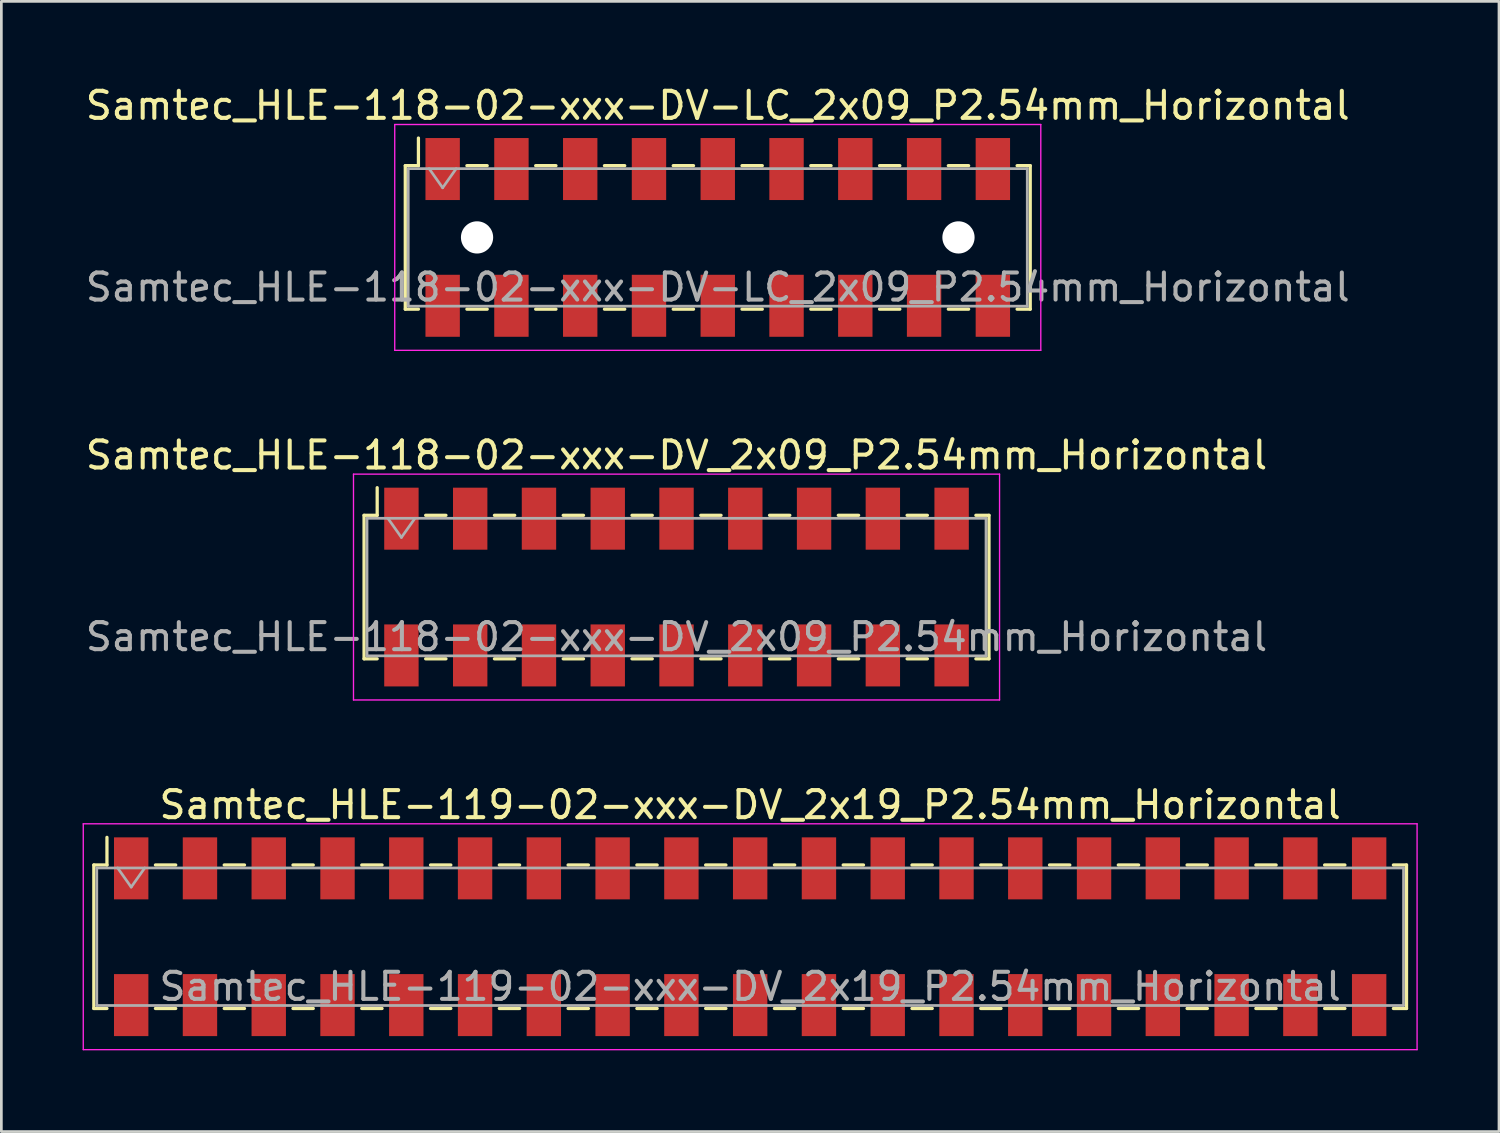
<source format=kicad_pcb>
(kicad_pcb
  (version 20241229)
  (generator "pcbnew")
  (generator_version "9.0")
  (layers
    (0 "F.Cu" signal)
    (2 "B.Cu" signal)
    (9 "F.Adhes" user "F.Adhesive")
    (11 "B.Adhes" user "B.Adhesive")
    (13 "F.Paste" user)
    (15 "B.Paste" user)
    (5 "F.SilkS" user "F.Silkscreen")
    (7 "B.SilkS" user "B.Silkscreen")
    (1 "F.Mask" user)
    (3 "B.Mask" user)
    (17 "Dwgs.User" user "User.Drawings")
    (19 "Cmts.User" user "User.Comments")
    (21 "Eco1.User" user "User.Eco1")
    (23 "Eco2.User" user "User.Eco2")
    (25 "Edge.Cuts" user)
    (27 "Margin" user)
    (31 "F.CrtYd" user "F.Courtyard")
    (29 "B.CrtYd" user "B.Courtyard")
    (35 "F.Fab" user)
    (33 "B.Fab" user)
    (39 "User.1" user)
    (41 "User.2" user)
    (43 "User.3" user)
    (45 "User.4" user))
  (footprint "Samtec_HLE-119-02-xxx-DV_2x19_P2.54mm_Horizontal"
    (layer "F.Cu")
    (at 24.655 31.545)
    (property "Reference" "Samtec_HLE-119-02-xxx-DV_2x19_P2.54mm_Horizontal" (at 0 -4.87 0) (layer "F.SilkS") (effects (font (size 1 1) (thickness 0.15))))
    (attr smd)
    (fp_line (start -24.24 -2.65) (end -24.24 2.65) (stroke (width 0.12) (type solid)) (layer "F.SilkS"))
    (fp_line (start -24.24 2.65) (end -23.755 2.65) (stroke (width 0.12) (type solid)) (layer "F.SilkS"))
    (fp_line (start -23.755 -3.67) (end -23.755 -2.65) (stroke (width 0.12) (type solid)) (layer "F.SilkS"))
    (fp_line (start -23.755 -2.65) (end -24.24 -2.65) (stroke (width 0.12) (type solid)) (layer "F.SilkS"))
    (fp_line (start -21.965 -2.65) (end -21.215 -2.65) (stroke (width 0.12) (type solid)) (layer "F.SilkS"))
    (fp_line (start -21.965 2.65) (end -21.215 2.65) (stroke (width 0.12) (type solid)) (layer "F.SilkS"))
    (fp_line (start -19.425 -2.65) (end -18.675 -2.65) (stroke (width 0.12) (type solid)) (layer "F.SilkS"))
    (fp_line (start -19.425 2.65) (end -18.675 2.65) (stroke (width 0.12) (type solid)) (layer "F.SilkS"))
    (fp_line (start -16.885 -2.65) (end -16.135 -2.65) (stroke (width 0.12) (type solid)) (layer "F.SilkS"))
    (fp_line (start -16.885 2.65) (end -16.135 2.65) (stroke (width 0.12) (type solid)) (layer "F.SilkS"))
    (fp_line (start -14.345 -2.65) (end -13.595 -2.65) (stroke (width 0.12) (type solid)) (layer "F.SilkS"))
    (fp_line (start -14.345 2.65) (end -13.595 2.65) (stroke (width 0.12) (type solid)) (layer "F.SilkS"))
    (fp_line (start -11.805 -2.65) (end -11.055 -2.65) (stroke (width 0.12) (type solid)) (layer "F.SilkS"))
    (fp_line (start -11.805 2.65) (end -11.055 2.65) (stroke (width 0.12) (type solid)) (layer "F.SilkS"))
    (fp_line (start -9.265 -2.65) (end -8.515 -2.65) (stroke (width 0.12) (type solid)) (layer "F.SilkS"))
    (fp_line (start -9.265 2.65) (end -8.515 2.65) (stroke (width 0.12) (type solid)) (layer "F.SilkS"))
    (fp_line (start -6.725 -2.65) (end -5.975 -2.65) (stroke (width 0.12) (type solid)) (layer "F.SilkS"))
    (fp_line (start -6.725 2.65) (end -5.975 2.65) (stroke (width 0.12) (type solid)) (layer "F.SilkS"))
    (fp_line (start -4.185 -2.65) (end -3.435 -2.65) (stroke (width 0.12) (type solid)) (layer "F.SilkS"))
    (fp_line (start -4.185 2.65) (end -3.435 2.65) (stroke (width 0.12) (type solid)) (layer "F.SilkS"))
    (fp_line (start -1.645 -2.65) (end -0.895 -2.65) (stroke (width 0.12) (type solid)) (layer "F.SilkS"))
    (fp_line (start -1.645 2.65) (end -0.895 2.65) (stroke (width 0.12) (type solid)) (layer "F.SilkS"))
    (fp_line (start 0.895 -2.65) (end 1.645 -2.65) (stroke (width 0.12) (type solid)) (layer "F.SilkS"))
    (fp_line (start 0.895 2.65) (end 1.645 2.65) (stroke (width 0.12) (type solid)) (layer "F.SilkS"))
    (fp_line (start 3.435 -2.65) (end 4.185 -2.65) (stroke (width 0.12) (type solid)) (layer "F.SilkS"))
    (fp_line (start 3.435 2.65) (end 4.185 2.65) (stroke (width 0.12) (type solid)) (layer "F.SilkS"))
    (fp_line (start 5.975 -2.65) (end 6.725 -2.65) (stroke (width 0.12) (type solid)) (layer "F.SilkS"))
    (fp_line (start 5.975 2.65) (end 6.725 2.65) (stroke (width 0.12) (type solid)) (layer "F.SilkS"))
    (fp_line (start 8.515 -2.65) (end 9.265 -2.65) (stroke (width 0.12) (type solid)) (layer "F.SilkS"))
    (fp_line (start 8.515 2.65) (end 9.265 2.65) (stroke (width 0.12) (type solid)) (layer "F.SilkS"))
    (fp_line (start 11.055 -2.65) (end 11.805 -2.65) (stroke (width 0.12) (type solid)) (layer "F.SilkS"))
    (fp_line (start 11.055 2.65) (end 11.805 2.65) (stroke (width 0.12) (type solid)) (layer "F.SilkS"))
    (fp_line (start 13.595 -2.65) (end 14.345 -2.65) (stroke (width 0.12) (type solid)) (layer "F.SilkS"))
    (fp_line (start 13.595 2.65) (end 14.345 2.65) (stroke (width 0.12) (type solid)) (layer "F.SilkS"))
    (fp_line (start 16.135 -2.65) (end 16.885 -2.65) (stroke (width 0.12) (type solid)) (layer "F.SilkS"))
    (fp_line (start 16.135 2.65) (end 16.885 2.65) (stroke (width 0.12) (type solid)) (layer "F.SilkS"))
    (fp_line (start 18.675 -2.65) (end 19.425 -2.65) (stroke (width 0.12) (type solid)) (layer "F.SilkS"))
    (fp_line (start 18.675 2.65) (end 19.425 2.65) (stroke (width 0.12) (type solid)) (layer "F.SilkS"))
    (fp_line (start 21.215 -2.65) (end 21.965 -2.65) (stroke (width 0.12) (type solid)) (layer "F.SilkS"))
    (fp_line (start 21.215 2.65) (end 21.965 2.65) (stroke (width 0.12) (type solid)) (layer "F.SilkS"))
    (fp_line (start 23.755 -2.65) (end 24.24 -2.65) (stroke (width 0.12) (type solid)) (layer "F.SilkS"))
    (fp_line (start 24.24 -2.65) (end 24.24 2.65) (stroke (width 0.12) (type solid)) (layer "F.SilkS"))
    (fp_line (start 24.24 2.65) (end 23.755 2.65) (stroke (width 0.12) (type solid)) (layer "F.SilkS"))
    (fp_line (start -24.63 -4.17) (end 24.63 -4.17) (stroke (width 0.05) (type solid)) (layer "F.CrtYd"))
    (fp_line (start -24.63 4.17) (end -24.63 -4.17) (stroke (width 0.05) (type solid)) (layer "F.CrtYd"))
    (fp_line (start 24.63 -4.17) (end 24.63 4.17) (stroke (width 0.05) (type solid)) (layer "F.CrtYd"))
    (fp_line (start 24.63 4.17) (end -24.63 4.17) (stroke (width 0.05) (type solid)) (layer "F.CrtYd"))
    (fp_line (start -24.13 -2.54) (end 24.13 -2.54) (stroke (width 0.1) (type solid)) (layer "F.Fab"))
    (fp_line (start -24.13 2.54) (end -24.13 -2.54) (stroke (width 0.1) (type solid)) (layer "F.Fab"))
    (fp_line (start -23.36 -2.54) (end -22.86 -1.833) (stroke (width 0.1) (type solid)) (layer "F.Fab"))
    (fp_line (start -22.86 -1.833) (end -22.36 -2.54) (stroke (width 0.1) (type solid)) (layer "F.Fab"))
    (fp_line (start 24.13 -2.54) (end 24.13 2.54) (stroke (width 0.1) (type solid)) (layer "F.Fab"))
    (fp_line (start 24.13 2.54) (end -24.13 2.54) (stroke (width 0.1) (type solid)) (layer "F.Fab"))
    (fp_text user "${REFERENCE}" (at 0 1.84 0) (layer "F.Fab") (effects (font (size 1 1) (thickness 0.15))))
    (pad "1" smd rect (at -22.86 -2.525) (size 1.27 2.29) (layers "F.Cu" "F.Mask" "F.Paste"))
    (pad "2" smd rect (at -22.86 2.525) (size 1.27 2.29) (layers "F.Cu" "F.Mask" "F.Paste"))
    (pad "3" smd rect (at -20.32 -2.525) (size 1.27 2.29) (layers "F.Cu" "F.Mask" "F.Paste"))
    (pad "4" smd rect (at -20.32 2.525) (size 1.27 2.29) (layers "F.Cu" "F.Mask" "F.Paste"))
    (pad "5" smd rect (at -17.78 -2.525) (size 1.27 2.29) (layers "F.Cu" "F.Mask" "F.Paste"))
    (pad "6" smd rect (at -17.78 2.525) (size 1.27 2.29) (layers "F.Cu" "F.Mask" "F.Paste"))
    (pad "7" smd rect (at -15.24 -2.525) (size 1.27 2.29) (layers "F.Cu" "F.Mask" "F.Paste"))
    (pad "8" smd rect (at -15.24 2.525) (size 1.27 2.29) (layers "F.Cu" "F.Mask" "F.Paste"))
    (pad "9" smd rect (at -12.7 -2.525) (size 1.27 2.29) (layers "F.Cu" "F.Mask" "F.Paste"))
    (pad "10" smd rect (at -12.7 2.525) (size 1.27 2.29) (layers "F.Cu" "F.Mask" "F.Paste"))
    (pad "11" smd rect (at -10.16 -2.525) (size 1.27 2.29) (layers "F.Cu" "F.Mask" "F.Paste"))
    (pad "12" smd rect (at -10.16 2.525) (size 1.27 2.29) (layers "F.Cu" "F.Mask" "F.Paste"))
    (pad "13" smd rect (at -7.62 -2.525) (size 1.27 2.29) (layers "F.Cu" "F.Mask" "F.Paste"))
    (pad "14" smd rect (at -7.62 2.525) (size 1.27 2.29) (layers "F.Cu" "F.Mask" "F.Paste"))
    (pad "15" smd rect (at -5.08 -2.525) (size 1.27 2.29) (layers "F.Cu" "F.Mask" "F.Paste"))
    (pad "16" smd rect (at -5.08 2.525) (size 1.27 2.29) (layers "F.Cu" "F.Mask" "F.Paste"))
    (pad "17" smd rect (at -2.54 -2.525) (size 1.27 2.29) (layers "F.Cu" "F.Mask" "F.Paste"))
    (pad "18" smd rect (at -2.54 2.525) (size 1.27 2.29) (layers "F.Cu" "F.Mask" "F.Paste"))
    (pad "19" smd rect (at 0 -2.525) (size 1.27 2.29) (layers "F.Cu" "F.Mask" "F.Paste"))
    (pad "20" smd rect (at 0 2.525) (size 1.27 2.29) (layers "F.Cu" "F.Mask" "F.Paste"))
    (pad "21" smd rect (at 2.54 -2.525) (size 1.27 2.29) (layers "F.Cu" "F.Mask" "F.Paste"))
    (pad "22" smd rect (at 2.54 2.525) (size 1.27 2.29) (layers "F.Cu" "F.Mask" "F.Paste"))
    (pad "23" smd rect (at 5.08 -2.525) (size 1.27 2.29) (layers "F.Cu" "F.Mask" "F.Paste"))
    (pad "24" smd rect (at 5.08 2.525) (size 1.27 2.29) (layers "F.Cu" "F.Mask" "F.Paste"))
    (pad "25" smd rect (at 7.62 -2.525) (size 1.27 2.29) (layers "F.Cu" "F.Mask" "F.Paste"))
    (pad "26" smd rect (at 7.62 2.525) (size 1.27 2.29) (layers "F.Cu" "F.Mask" "F.Paste"))
    (pad "27" smd rect (at 10.16 -2.525) (size 1.27 2.29) (layers "F.Cu" "F.Mask" "F.Paste"))
    (pad "28" smd rect (at 10.16 2.525) (size 1.27 2.29) (layers "F.Cu" "F.Mask" "F.Paste"))
    (pad "29" smd rect (at 12.7 -2.525) (size 1.27 2.29) (layers "F.Cu" "F.Mask" "F.Paste"))
    (pad "30" smd rect (at 12.7 2.525) (size 1.27 2.29) (layers "F.Cu" "F.Mask" "F.Paste"))
    (pad "31" smd rect (at 15.24 -2.525) (size 1.27 2.29) (layers "F.Cu" "F.Mask" "F.Paste"))
    (pad "32" smd rect (at 15.24 2.525) (size 1.27 2.29) (layers "F.Cu" "F.Mask" "F.Paste"))
    (pad "33" smd rect (at 17.78 -2.525) (size 1.27 2.29) (layers "F.Cu" "F.Mask" "F.Paste"))
    (pad "34" smd rect (at 17.78 2.525) (size 1.27 2.29) (layers "F.Cu" "F.Mask" "F.Paste"))
    (pad "35" smd rect (at 20.32 -2.525) (size 1.27 2.29) (layers "F.Cu" "F.Mask" "F.Paste"))
    (pad "36" smd rect (at 20.32 2.525) (size 1.27 2.29) (layers "F.Cu" "F.Mask" "F.Paste"))
    (pad "37" smd rect (at 22.86 -2.525) (size 1.27 2.29) (layers "F.Cu" "F.Mask" "F.Paste"))
    (pad "38" smd rect (at 22.86 2.525) (size 1.27 2.29) (layers "F.Cu" "F.Mask" "F.Paste")))
  (footprint "Samtec_HLE-118-02-xxx-DV_2x09_P2.54mm_Horizontal"
    (layer "F.Cu")
    (at 21.935 18.631)
    (property "Reference" "Samtec_HLE-118-02-xxx-DV_2x09_P2.54mm_Horizontal" (at 0 -4.87 0) (layer "F.SilkS") (effects (font (size 1 1) (thickness 0.15))))
    (attr smd)
    (fp_line (start -11.54 -2.65) (end -11.54 2.65) (stroke (width 0.12) (type solid)) (layer "F.SilkS"))
    (fp_line (start -11.54 2.65) (end -11.055 2.65) (stroke (width 0.12) (type solid)) (layer "F.SilkS"))
    (fp_line (start -11.055 -3.67) (end -11.055 -2.65) (stroke (width 0.12) (type solid)) (layer "F.SilkS"))
    (fp_line (start -11.055 -2.65) (end -11.54 -2.65) (stroke (width 0.12) (type solid)) (layer "F.SilkS"))
    (fp_line (start -9.265 -2.65) (end -8.515 -2.65) (stroke (width 0.12) (type solid)) (layer "F.SilkS"))
    (fp_line (start -9.265 2.65) (end -8.515 2.65) (stroke (width 0.12) (type solid)) (layer "F.SilkS"))
    (fp_line (start -6.725 -2.65) (end -5.975 -2.65) (stroke (width 0.12) (type solid)) (layer "F.SilkS"))
    (fp_line (start -6.725 2.65) (end -5.975 2.65) (stroke (width 0.12) (type solid)) (layer "F.SilkS"))
    (fp_line (start -4.185 -2.65) (end -3.435 -2.65) (stroke (width 0.12) (type solid)) (layer "F.SilkS"))
    (fp_line (start -4.185 2.65) (end -3.435 2.65) (stroke (width 0.12) (type solid)) (layer "F.SilkS"))
    (fp_line (start -1.645 -2.65) (end -0.895 -2.65) (stroke (width 0.12) (type solid)) (layer "F.SilkS"))
    (fp_line (start -1.645 2.65) (end -0.895 2.65) (stroke (width 0.12) (type solid)) (layer "F.SilkS"))
    (fp_line (start 0.895 -2.65) (end 1.645 -2.65) (stroke (width 0.12) (type solid)) (layer "F.SilkS"))
    (fp_line (start 0.895 2.65) (end 1.645 2.65) (stroke (width 0.12) (type solid)) (layer "F.SilkS"))
    (fp_line (start 3.435 -2.65) (end 4.185 -2.65) (stroke (width 0.12) (type solid)) (layer "F.SilkS"))
    (fp_line (start 3.435 2.65) (end 4.185 2.65) (stroke (width 0.12) (type solid)) (layer "F.SilkS"))
    (fp_line (start 5.975 -2.65) (end 6.725 -2.65) (stroke (width 0.12) (type solid)) (layer "F.SilkS"))
    (fp_line (start 5.975 2.65) (end 6.725 2.65) (stroke (width 0.12) (type solid)) (layer "F.SilkS"))
    (fp_line (start 8.515 -2.65) (end 9.265 -2.65) (stroke (width 0.12) (type solid)) (layer "F.SilkS"))
    (fp_line (start 8.515 2.65) (end 9.265 2.65) (stroke (width 0.12) (type solid)) (layer "F.SilkS"))
    (fp_line (start 11.055 -2.65) (end 11.54 -2.65) (stroke (width 0.12) (type solid)) (layer "F.SilkS"))
    (fp_line (start 11.54 -2.65) (end 11.54 2.65) (stroke (width 0.12) (type solid)) (layer "F.SilkS"))
    (fp_line (start 11.54 2.65) (end 11.055 2.65) (stroke (width 0.12) (type solid)) (layer "F.SilkS"))
    (fp_line (start -11.93 -4.17) (end 11.93 -4.17) (stroke (width 0.05) (type solid)) (layer "F.CrtYd"))
    (fp_line (start -11.93 4.17) (end -11.93 -4.17) (stroke (width 0.05) (type solid)) (layer "F.CrtYd"))
    (fp_line (start 11.93 -4.17) (end 11.93 4.17) (stroke (width 0.05) (type solid)) (layer "F.CrtYd"))
    (fp_line (start 11.93 4.17) (end -11.93 4.17) (stroke (width 0.05) (type solid)) (layer "F.CrtYd"))
    (fp_line (start -11.43 -2.54) (end 11.43 -2.54) (stroke (width 0.1) (type solid)) (layer "F.Fab"))
    (fp_line (start -11.43 2.54) (end -11.43 -2.54) (stroke (width 0.1) (type solid)) (layer "F.Fab"))
    (fp_line (start -10.66 -2.54) (end -10.16 -1.833) (stroke (width 0.1) (type solid)) (layer "F.Fab"))
    (fp_line (start -10.16 -1.833) (end -9.66 -2.54) (stroke (width 0.1) (type solid)) (layer "F.Fab"))
    (fp_line (start 11.43 -2.54) (end 11.43 2.54) (stroke (width 0.1) (type solid)) (layer "F.Fab"))
    (fp_line (start 11.43 2.54) (end -11.43 2.54) (stroke (width 0.1) (type solid)) (layer "F.Fab"))
    (fp_text user "${REFERENCE}" (at 0 1.84 0) (layer "F.Fab") (effects (font (size 1 1) (thickness 0.15))))
    (pad "1" smd rect (at -10.16 -2.525) (size 1.27 2.29) (layers "F.Cu" "F.Mask" "F.Paste"))
    (pad "2" smd rect (at -10.16 2.525) (size 1.27 2.29) (layers "F.Cu" "F.Mask" "F.Paste"))
    (pad "3" smd rect (at -7.62 -2.525) (size 1.27 2.29) (layers "F.Cu" "F.Mask" "F.Paste"))
    (pad "4" smd rect (at -7.62 2.525) (size 1.27 2.29) (layers "F.Cu" "F.Mask" "F.Paste"))
    (pad "5" smd rect (at -5.08 -2.525) (size 1.27 2.29) (layers "F.Cu" "F.Mask" "F.Paste"))
    (pad "6" smd rect (at -5.08 2.525) (size 1.27 2.29) (layers "F.Cu" "F.Mask" "F.Paste"))
    (pad "7" smd rect (at -2.54 -2.525) (size 1.27 2.29) (layers "F.Cu" "F.Mask" "F.Paste"))
    (pad "8" smd rect (at -2.54 2.525) (size 1.27 2.29) (layers "F.Cu" "F.Mask" "F.Paste"))
    (pad "9" smd rect (at 0 -2.525) (size 1.27 2.29) (layers "F.Cu" "F.Mask" "F.Paste"))
    (pad "10" smd rect (at 0 2.525) (size 1.27 2.29) (layers "F.Cu" "F.Mask" "F.Paste"))
    (pad "11" smd rect (at 2.54 -2.525) (size 1.27 2.29) (layers "F.Cu" "F.Mask" "F.Paste"))
    (pad "12" smd rect (at 2.54 2.525) (size 1.27 2.29) (layers "F.Cu" "F.Mask" "F.Paste"))
    (pad "13" smd rect (at 5.08 -2.525) (size 1.27 2.29) (layers "F.Cu" "F.Mask" "F.Paste"))
    (pad "14" smd rect (at 5.08 2.525) (size 1.27 2.29) (layers "F.Cu" "F.Mask" "F.Paste"))
    (pad "15" smd rect (at 7.62 -2.525) (size 1.27 2.29) (layers "F.Cu" "F.Mask" "F.Paste"))
    (pad "16" smd rect (at 7.62 2.525) (size 1.27 2.29) (layers "F.Cu" "F.Mask" "F.Paste"))
    (pad "17" smd rect (at 10.16 -2.525) (size 1.27 2.29) (layers "F.Cu" "F.Mask" "F.Paste"))
    (pad "18" smd rect (at 10.16 2.525) (size 1.27 2.29) (layers "F.Cu" "F.Mask" "F.Paste")))
  (footprint "Samtec_HLE-118-02-xxx-DV-LC_2x09_P2.54mm_Horizontal"
    (layer "F.Cu")
    (at 23.458 5.718)
    (property "Reference" "Samtec_HLE-118-02-xxx-DV-LC_2x09_P2.54mm_Horizontal" (at 0 -4.87 0) (layer "F.SilkS") (effects (font (size 1 1) (thickness 0.15))))
    (attr smd)
    (fp_line (start -11.54 -2.65) (end -11.54 2.65) (stroke (width 0.12) (type solid)) (layer "F.SilkS"))
    (fp_line (start -11.54 2.65) (end -11.055 2.65) (stroke (width 0.12) (type solid)) (layer "F.SilkS"))
    (fp_line (start -11.055 -3.67) (end -11.055 -2.65) (stroke (width 0.12) (type solid)) (layer "F.SilkS"))
    (fp_line (start -11.055 -2.65) (end -11.54 -2.65) (stroke (width 0.12) (type solid)) (layer "F.SilkS"))
    (fp_line (start -9.265 -2.65) (end -8.515 -2.65) (stroke (width 0.12) (type solid)) (layer "F.SilkS"))
    (fp_line (start -9.265 2.65) (end -8.515 2.65) (stroke (width 0.12) (type solid)) (layer "F.SilkS"))
    (fp_line (start -6.725 -2.65) (end -5.975 -2.65) (stroke (width 0.12) (type solid)) (layer "F.SilkS"))
    (fp_line (start -6.725 2.65) (end -5.975 2.65) (stroke (width 0.12) (type solid)) (layer "F.SilkS"))
    (fp_line (start -4.185 -2.65) (end -3.435 -2.65) (stroke (width 0.12) (type solid)) (layer "F.SilkS"))
    (fp_line (start -4.185 2.65) (end -3.435 2.65) (stroke (width 0.12) (type solid)) (layer "F.SilkS"))
    (fp_line (start -1.645 -2.65) (end -0.895 -2.65) (stroke (width 0.12) (type solid)) (layer "F.SilkS"))
    (fp_line (start -1.645 2.65) (end -0.895 2.65) (stroke (width 0.12) (type solid)) (layer "F.SilkS"))
    (fp_line (start 0.895 -2.65) (end 1.645 -2.65) (stroke (width 0.12) (type solid)) (layer "F.SilkS"))
    (fp_line (start 0.895 2.65) (end 1.645 2.65) (stroke (width 0.12) (type solid)) (layer "F.SilkS"))
    (fp_line (start 3.435 -2.65) (end 4.185 -2.65) (stroke (width 0.12) (type solid)) (layer "F.SilkS"))
    (fp_line (start 3.435 2.65) (end 4.185 2.65) (stroke (width 0.12) (type solid)) (layer "F.SilkS"))
    (fp_line (start 5.975 -2.65) (end 6.725 -2.65) (stroke (width 0.12) (type solid)) (layer "F.SilkS"))
    (fp_line (start 5.975 2.65) (end 6.725 2.65) (stroke (width 0.12) (type solid)) (layer "F.SilkS"))
    (fp_line (start 8.515 -2.65) (end 9.265 -2.65) (stroke (width 0.12) (type solid)) (layer "F.SilkS"))
    (fp_line (start 8.515 2.65) (end 9.265 2.65) (stroke (width 0.12) (type solid)) (layer "F.SilkS"))
    (fp_line (start 11.055 -2.65) (end 11.54 -2.65) (stroke (width 0.12) (type solid)) (layer "F.SilkS"))
    (fp_line (start 11.54 -2.65) (end 11.54 2.65) (stroke (width 0.12) (type solid)) (layer "F.SilkS"))
    (fp_line (start 11.54 2.65) (end 11.055 2.65) (stroke (width 0.12) (type solid)) (layer "F.SilkS"))
    (fp_line (start -11.93 -4.17) (end 11.93 -4.17) (stroke (width 0.05) (type solid)) (layer "F.CrtYd"))
    (fp_line (start -11.93 4.17) (end -11.93 -4.17) (stroke (width 0.05) (type solid)) (layer "F.CrtYd"))
    (fp_line (start 11.93 -4.17) (end 11.93 4.17) (stroke (width 0.05) (type solid)) (layer "F.CrtYd"))
    (fp_line (start 11.93 4.17) (end -11.93 4.17) (stroke (width 0.05) (type solid)) (layer "F.CrtYd"))
    (fp_line (start -11.43 -2.54) (end 11.43 -2.54) (stroke (width 0.1) (type solid)) (layer "F.Fab"))
    (fp_line (start -11.43 2.54) (end -11.43 -2.54) (stroke (width 0.1) (type solid)) (layer "F.Fab"))
    (fp_line (start -10.66 -2.54) (end -10.16 -1.833) (stroke (width 0.1) (type solid)) (layer "F.Fab"))
    (fp_line (start -10.16 -1.833) (end -9.66 -2.54) (stroke (width 0.1) (type solid)) (layer "F.Fab"))
    (fp_line (start 11.43 -2.54) (end 11.43 2.54) (stroke (width 0.1) (type solid)) (layer "F.Fab"))
    (fp_line (start 11.43 2.54) (end -11.43 2.54) (stroke (width 0.1) (type solid)) (layer "F.Fab"))
    (fp_text user "${REFERENCE}" (at 0 1.84 0) (layer "F.Fab") (effects (font (size 1 1) (thickness 0.15))))
    (pad "" np_thru_hole circle (at -8.89 0) (size 1.19 1.19) (drill 1.19) (layers "*.Cu" "*.Mask"))
    (pad "" np_thru_hole circle (at 8.89 0) (size 1.19 1.19) (drill 1.19) (layers "*.Cu" "*.Mask"))
    (pad "1" smd rect (at -10.16 -2.525) (size 1.27 2.29) (layers "F.Cu" "F.Mask" "F.Paste"))
    (pad "2" smd rect (at -10.16 2.525) (size 1.27 2.29) (layers "F.Cu" "F.Mask" "F.Paste"))
    (pad "3" smd rect (at -7.62 -2.525) (size 1.27 2.29) (layers "F.Cu" "F.Mask" "F.Paste"))
    (pad "4" smd rect (at -7.62 2.525) (size 1.27 2.29) (layers "F.Cu" "F.Mask" "F.Paste"))
    (pad "5" smd rect (at -5.08 -2.525) (size 1.27 2.29) (layers "F.Cu" "F.Mask" "F.Paste"))
    (pad "6" smd rect (at -5.08 2.525) (size 1.27 2.29) (layers "F.Cu" "F.Mask" "F.Paste"))
    (pad "7" smd rect (at -2.54 -2.525) (size 1.27 2.29) (layers "F.Cu" "F.Mask" "F.Paste"))
    (pad "8" smd rect (at -2.54 2.525) (size 1.27 2.29) (layers "F.Cu" "F.Mask" "F.Paste"))
    (pad "9" smd rect (at 0 -2.525) (size 1.27 2.29) (layers "F.Cu" "F.Mask" "F.Paste"))
    (pad "10" smd rect (at 0 2.525) (size 1.27 2.29) (layers "F.Cu" "F.Mask" "F.Paste"))
    (pad "11" smd rect (at 2.54 -2.525) (size 1.27 2.29) (layers "F.Cu" "F.Mask" "F.Paste"))
    (pad "12" smd rect (at 2.54 2.525) (size 1.27 2.29) (layers "F.Cu" "F.Mask" "F.Paste"))
    (pad "13" smd rect (at 5.08 -2.525) (size 1.27 2.29) (layers "F.Cu" "F.Mask" "F.Paste"))
    (pad "14" smd rect (at 5.08 2.525) (size 1.27 2.29) (layers "F.Cu" "F.Mask" "F.Paste"))
    (pad "15" smd rect (at 7.62 -2.525) (size 1.27 2.29) (layers "F.Cu" "F.Mask" "F.Paste"))
    (pad "16" smd rect (at 7.62 2.525) (size 1.27 2.29) (layers "F.Cu" "F.Mask" "F.Paste"))
    (pad "17" smd rect (at 10.16 -2.525) (size 1.27 2.29) (layers "F.Cu" "F.Mask" "F.Paste"))
    (pad "18" smd rect (at 10.16 2.525) (size 1.27 2.29) (layers "F.Cu" "F.Mask" "F.Paste")))
  (gr_rect
    (start -3 -3)
    (end 52.31 38.74)
    (stroke (width 0.1) (type default))
    (fill no)
    (layer "Edge.Cuts")))
</source>
